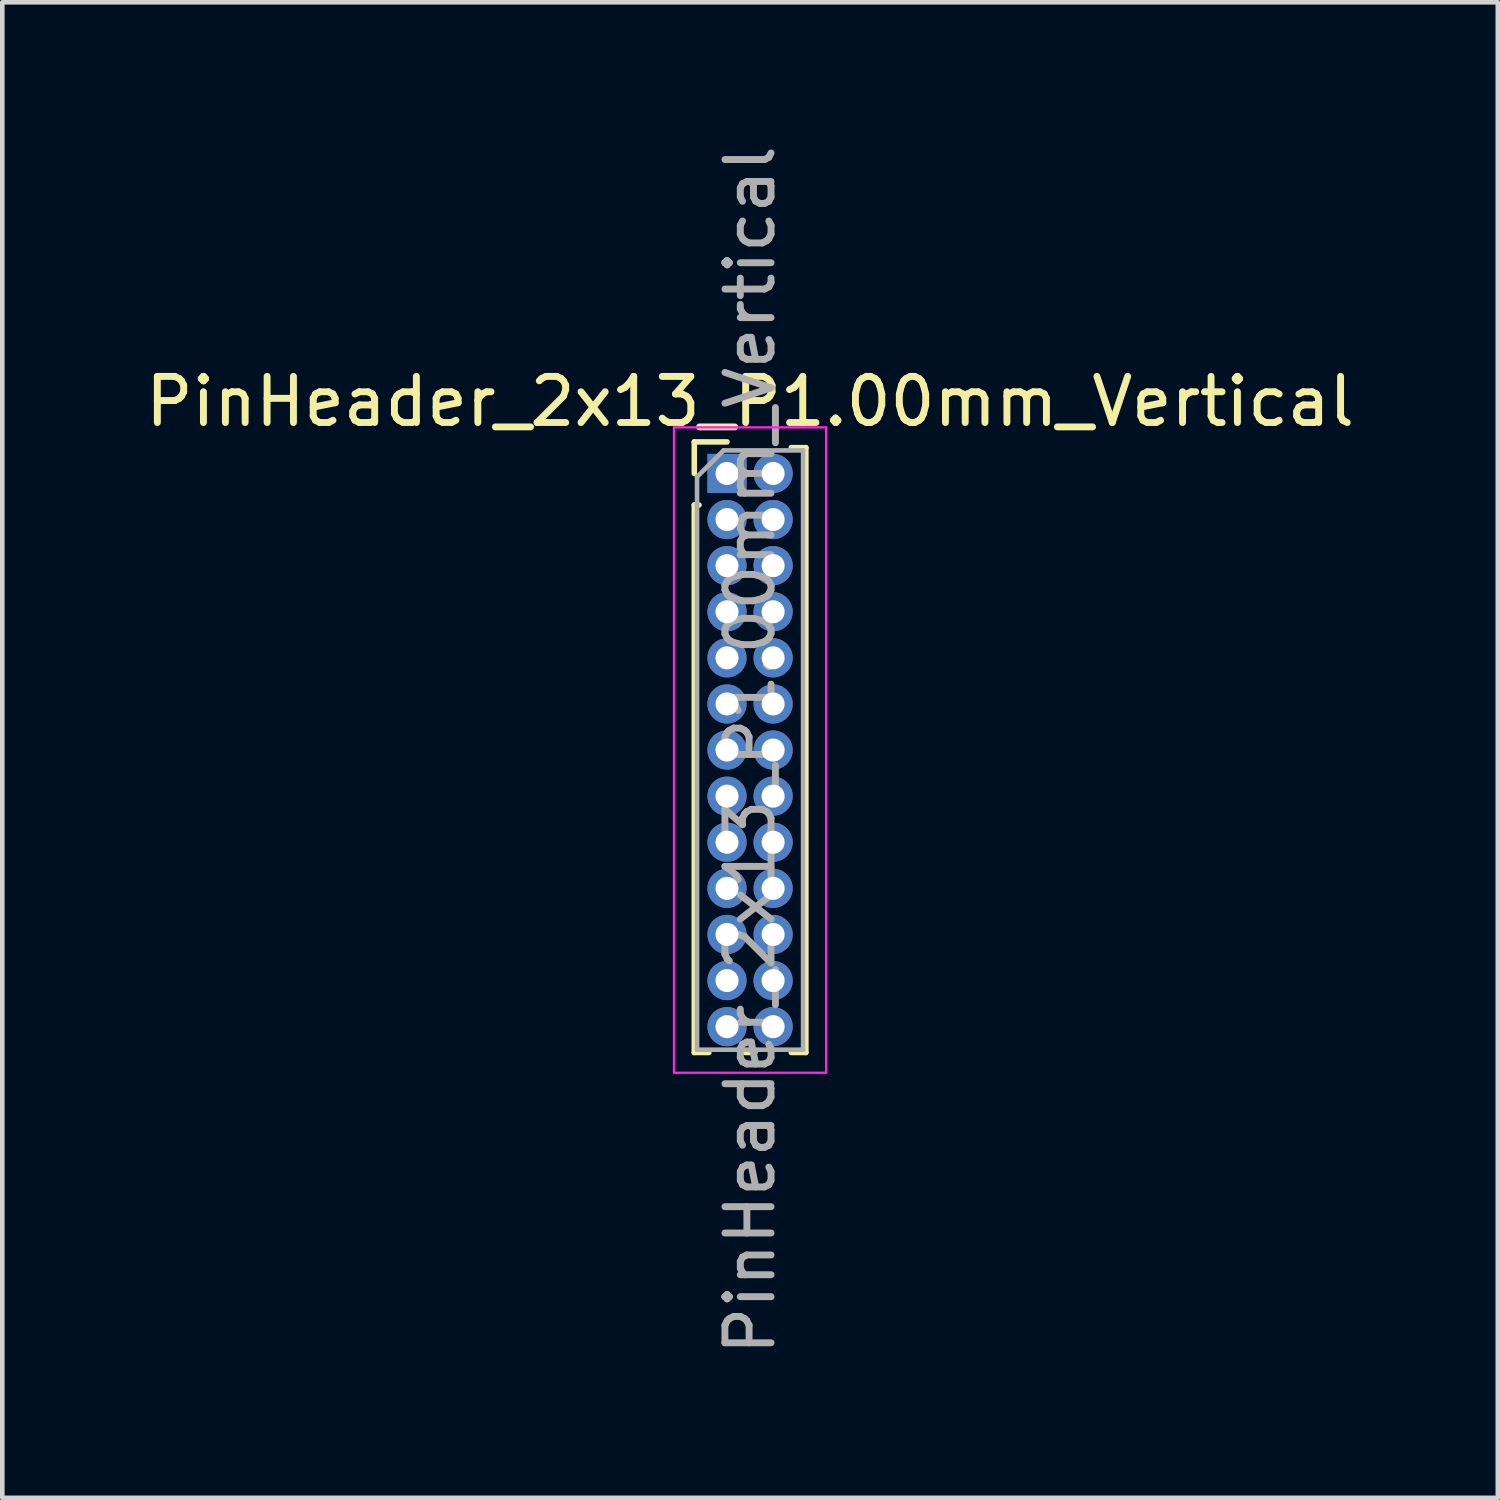
<source format=kicad_pcb>
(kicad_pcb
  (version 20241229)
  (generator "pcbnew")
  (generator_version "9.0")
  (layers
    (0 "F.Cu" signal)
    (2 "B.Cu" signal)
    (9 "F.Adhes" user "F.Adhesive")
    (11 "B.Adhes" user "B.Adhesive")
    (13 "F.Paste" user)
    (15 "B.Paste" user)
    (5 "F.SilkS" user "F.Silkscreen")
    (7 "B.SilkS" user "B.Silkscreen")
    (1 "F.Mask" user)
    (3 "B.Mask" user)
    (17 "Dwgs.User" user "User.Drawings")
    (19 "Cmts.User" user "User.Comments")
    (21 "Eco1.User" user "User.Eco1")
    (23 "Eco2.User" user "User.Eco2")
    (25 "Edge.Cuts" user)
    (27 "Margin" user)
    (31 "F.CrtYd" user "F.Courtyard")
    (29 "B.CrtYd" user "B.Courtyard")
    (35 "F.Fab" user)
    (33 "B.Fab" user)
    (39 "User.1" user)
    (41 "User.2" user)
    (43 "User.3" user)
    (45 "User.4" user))
  (footprint "PinHeader_2x13_P1.00mm_Vertical"
    (layer "F.Cu")
    (at 12.72 7.22)
    (property "Reference" "PinHeader_2x13_P1.00mm_Vertical" (at 0.5 -1.56 0) (layer "F.SilkS") (effects (font (size 1 1) (thickness 0.15))))
    (attr through_hole)
    (fp_line (start -0.71 -0.685) (end 0 -0.685) (stroke (width 0.12) (type solid)) (layer "F.SilkS"))
    (fp_line (start -0.71 0) (end -0.71 -0.685) (stroke (width 0.12) (type solid)) (layer "F.SilkS"))
    (fp_line (start -0.71 0.685) (end -0.71 12.56) (stroke (width 0.12) (type solid)) (layer "F.SilkS"))
    (fp_line (start -0.71 0.685) (end -0.608 0.685) (stroke (width 0.12) (type solid)) (layer "F.SilkS"))
    (fp_line (start -0.71 12.56) (end -0.394 12.56) (stroke (width 0.12) (type solid)) (layer "F.SilkS"))
    (fp_line (start 0.394 12.56) (end 0.606 12.56) (stroke (width 0.12) (type solid)) (layer "F.SilkS"))
    (fp_line (start 1.394 -0.56) (end 1.71 -0.56) (stroke (width 0.12) (type solid)) (layer "F.SilkS"))
    (fp_line (start 1.394 12.56) (end 1.71 12.56) (stroke (width 0.12) (type solid)) (layer "F.SilkS"))
    (fp_line (start 1.71 -0.56) (end 1.71 12.56) (stroke (width 0.12) (type solid)) (layer "F.SilkS"))
    (fp_line (start -1.15 -1) (end -1.15 13) (stroke (width 0.05) (type solid)) (layer "F.CrtYd"))
    (fp_line (start -1.15 13) (end 2.15 13) (stroke (width 0.05) (type solid)) (layer "F.CrtYd"))
    (fp_line (start 2.15 -1) (end -1.15 -1) (stroke (width 0.05) (type solid)) (layer "F.CrtYd"))
    (fp_line (start 2.15 13) (end 2.15 -1) (stroke (width 0.05) (type solid)) (layer "F.CrtYd"))
    (fp_line (start -0.65 0.075) (end -0.075 -0.5) (stroke (width 0.1) (type solid)) (layer "F.Fab"))
    (fp_line (start -0.65 12.5) (end -0.65 0.075) (stroke (width 0.1) (type solid)) (layer "F.Fab"))
    (fp_line (start -0.075 -0.5) (end 1.65 -0.5) (stroke (width 0.1) (type solid)) (layer "F.Fab"))
    (fp_line (start 1.65 -0.5) (end 1.65 12.5) (stroke (width 0.1) (type solid)) (layer "F.Fab"))
    (fp_line (start 1.65 12.5) (end -0.65 12.5) (stroke (width 0.1) (type solid)) (layer "F.Fab"))
    (fp_text user "${REFERENCE}" (at 0.5 6 90) (layer "F.Fab") (effects (font (size 1 1) (thickness 0.15))))
    (pad "1" thru_hole rect (at 0 0) (size 0.85 0.85) (drill 0.5) (layers "*.Cu" "*.Mask"))
    (pad "2" thru_hole oval (at 1 0) (size 0.85 0.85) (drill 0.5) (layers "*.Cu" "*.Mask"))
    (pad "3" thru_hole oval (at 0 1) (size 0.85 0.85) (drill 0.5) (layers "*.Cu" "*.Mask"))
    (pad "4" thru_hole oval (at 1 1) (size 0.85 0.85) (drill 0.5) (layers "*.Cu" "*.Mask"))
    (pad "5" thru_hole oval (at 0 2) (size 0.85 0.85) (drill 0.5) (layers "*.Cu" "*.Mask"))
    (pad "6" thru_hole oval (at 1 2) (size 0.85 0.85) (drill 0.5) (layers "*.Cu" "*.Mask"))
    (pad "7" thru_hole oval (at 0 3) (size 0.85 0.85) (drill 0.5) (layers "*.Cu" "*.Mask"))
    (pad "8" thru_hole oval (at 1 3) (size 0.85 0.85) (drill 0.5) (layers "*.Cu" "*.Mask"))
    (pad "9" thru_hole oval (at 0 4) (size 0.85 0.85) (drill 0.5) (layers "*.Cu" "*.Mask"))
    (pad "10" thru_hole oval (at 1 4) (size 0.85 0.85) (drill 0.5) (layers "*.Cu" "*.Mask"))
    (pad "11" thru_hole oval (at 0 5) (size 0.85 0.85) (drill 0.5) (layers "*.Cu" "*.Mask"))
    (pad "12" thru_hole oval (at 1 5) (size 0.85 0.85) (drill 0.5) (layers "*.Cu" "*.Mask"))
    (pad "13" thru_hole oval (at 0 6) (size 0.85 0.85) (drill 0.5) (layers "*.Cu" "*.Mask"))
    (pad "14" thru_hole oval (at 1 6) (size 0.85 0.85) (drill 0.5) (layers "*.Cu" "*.Mask"))
    (pad "15" thru_hole oval (at 0 7) (size 0.85 0.85) (drill 0.5) (layers "*.Cu" "*.Mask"))
    (pad "16" thru_hole oval (at 1 7) (size 0.85 0.85) (drill 0.5) (layers "*.Cu" "*.Mask"))
    (pad "17" thru_hole oval (at 0 8) (size 0.85 0.85) (drill 0.5) (layers "*.Cu" "*.Mask"))
    (pad "18" thru_hole oval (at 1 8) (size 0.85 0.85) (drill 0.5) (layers "*.Cu" "*.Mask"))
    (pad "19" thru_hole oval (at 0 9) (size 0.85 0.85) (drill 0.5) (layers "*.Cu" "*.Mask"))
    (pad "20" thru_hole oval (at 1 9) (size 0.85 0.85) (drill 0.5) (layers "*.Cu" "*.Mask"))
    (pad "21" thru_hole oval (at 0 10) (size 0.85 0.85) (drill 0.5) (layers "*.Cu" "*.Mask"))
    (pad "22" thru_hole oval (at 1 10) (size 0.85 0.85) (drill 0.5) (layers "*.Cu" "*.Mask"))
    (pad "23" thru_hole oval (at 0 11) (size 0.85 0.85) (drill 0.5) (layers "*.Cu" "*.Mask"))
    (pad "24" thru_hole oval (at 1 11) (size 0.85 0.85) (drill 0.5) (layers "*.Cu" "*.Mask"))
    (pad "25" thru_hole oval (at 0 12) (size 0.85 0.85) (drill 0.5) (layers "*.Cu" "*.Mask"))
    (pad "26" thru_hole oval (at 1 12) (size 0.85 0.85) (drill 0.5) (layers "*.Cu" "*.Mask")))
  (gr_rect
    (start -3 -3)
    (end 29.44 29.44)
    (stroke (width 0.1) (type default))
    (fill no)
    (layer "Edge.Cuts")))
</source>
